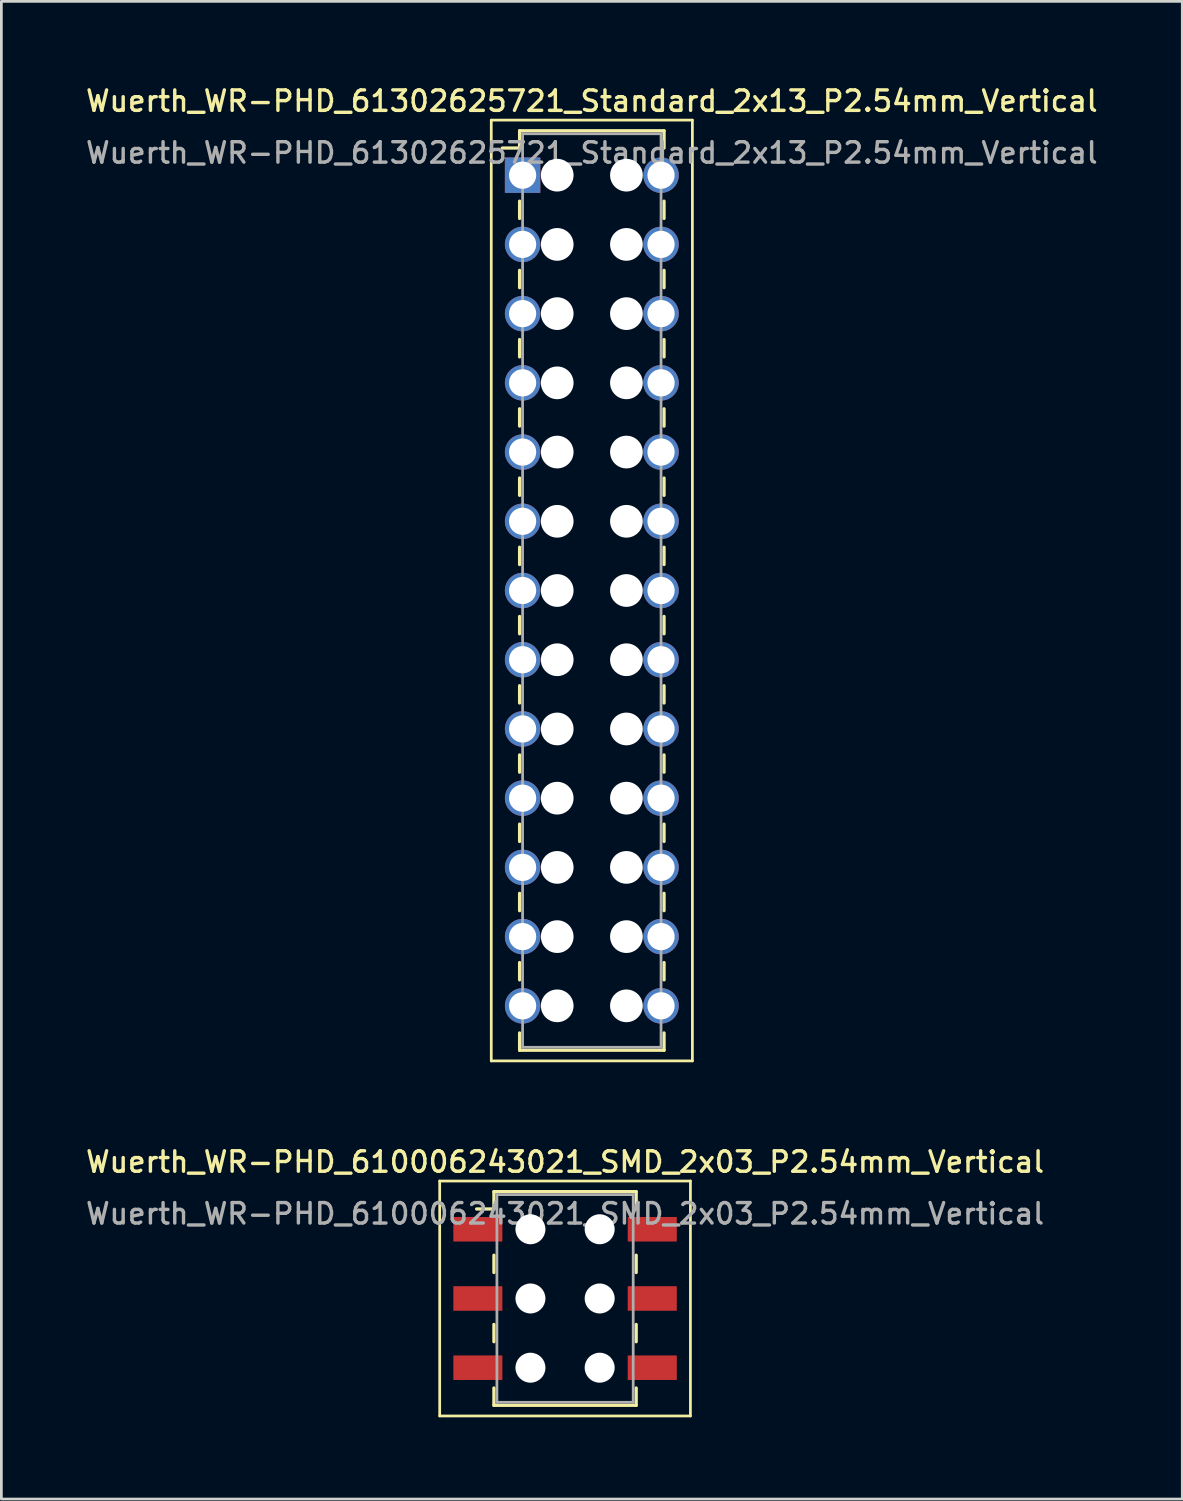
<source format=kicad_pcb>
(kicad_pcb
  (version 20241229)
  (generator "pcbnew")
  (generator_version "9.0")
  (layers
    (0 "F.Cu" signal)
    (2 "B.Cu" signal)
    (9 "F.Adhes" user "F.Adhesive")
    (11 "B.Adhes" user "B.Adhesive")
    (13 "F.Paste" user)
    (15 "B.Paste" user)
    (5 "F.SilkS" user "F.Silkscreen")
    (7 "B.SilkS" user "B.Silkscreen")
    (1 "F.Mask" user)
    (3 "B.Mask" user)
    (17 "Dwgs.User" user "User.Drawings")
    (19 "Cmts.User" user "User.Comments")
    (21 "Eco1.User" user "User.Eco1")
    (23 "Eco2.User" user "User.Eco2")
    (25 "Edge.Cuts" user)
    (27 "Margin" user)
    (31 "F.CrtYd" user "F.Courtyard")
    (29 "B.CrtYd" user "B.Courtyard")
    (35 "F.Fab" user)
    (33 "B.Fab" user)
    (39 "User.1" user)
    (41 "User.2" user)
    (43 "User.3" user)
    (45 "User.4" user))
  (footprint "Wuerth_WR-PHD_610006243021_SMD_2x03_P2.54mm_Vertical"
    (layer "F.Cu")
    (at 17.684 44.596)
    (property "Reference" "Wuerth_WR-PHD_610006243021_SMD_2x03_P2.54mm_Vertical" (at 0 -5.01 0) (layer "F.SilkS") (effects (font (size 0.75 0.75) (thickness 0.125))))
    (attr smd)
    (fp_line (start -4.6 -4.31) (end -4.6 4.31) (stroke (width 0.1) (type solid)) (layer "F.SilkS"))
    (fp_line (start -4.6 4.31) (end 4.6 4.31) (stroke (width 0.1) (type solid)) (layer "F.SilkS"))
    (fp_line (start -2.61 -3.92) (end -2.61 -3.285) (stroke (width 0.12) (type solid)) (layer "F.SilkS"))
    (fp_line (start -2.61 -3.92) (end 2.61 -3.92) (stroke (width 0.12) (type solid)) (layer "F.SilkS"))
    (fp_line (start -2.61 -3.285) (end -3.245 -3.285) (stroke (width 0.12) (type solid)) (layer "F.SilkS"))
    (fp_line (start -2.61 -1.587) (end -2.61 -0.953) (stroke (width 0.12) (type solid)) (layer "F.SilkS"))
    (fp_line (start -2.61 0.953) (end -2.61 1.587) (stroke (width 0.12) (type solid)) (layer "F.SilkS"))
    (fp_line (start -2.61 3.92) (end -2.61 3.285) (stroke (width 0.12) (type solid)) (layer "F.SilkS"))
    (fp_line (start -2.61 3.92) (end 2.61 3.92) (stroke (width 0.12) (type solid)) (layer "F.SilkS"))
    (fp_line (start 2.61 -3.92) (end 2.61 -3.285) (stroke (width 0.12) (type solid)) (layer "F.SilkS"))
    (fp_line (start 2.61 -1.587) (end 2.61 -0.953) (stroke (width 0.12) (type solid)) (layer "F.SilkS"))
    (fp_line (start 2.61 0.953) (end 2.61 1.587) (stroke (width 0.12) (type solid)) (layer "F.SilkS"))
    (fp_line (start 2.61 3.92) (end 2.61 3.285) (stroke (width 0.12) (type solid)) (layer "F.SilkS"))
    (fp_line (start 4.6 -4.31) (end -4.6 -4.31) (stroke (width 0.1) (type solid)) (layer "F.SilkS"))
    (fp_line (start 4.6 4.31) (end 4.6 -4.31) (stroke (width 0.1) (type solid)) (layer "F.SilkS"))
    (fp_line (start -2.5 -3.81) (end -2.5 3.81) (stroke (width 0.1) (type solid)) (layer "F.Fab"))
    (fp_line (start -2.5 3.81) (end 2.5 3.81) (stroke (width 0.1) (type solid)) (layer "F.Fab"))
    (fp_line (start 2.5 -3.81) (end -2.5 -3.81) (stroke (width 0.1) (type solid)) (layer "F.Fab"))
    (fp_line (start 2.5 3.81) (end 2.5 -3.81) (stroke (width 0.1) (type solid)) (layer "F.Fab"))
    (fp_text user "${REFERENCE}" (at 0 -3.11 0) (layer "F.Fab") (effects (font (size 0.75 0.75) (thickness 0.125))))
    (pad "" np_thru_hole circle (at -1.27 -2.54) (size 1.1 1.1) (drill 1.1) (layers "*.Cu" "*.Mask"))
    (pad "" np_thru_hole circle (at -1.27 0) (size 1.1 1.1) (drill 1.1) (layers "*.Cu" "*.Mask"))
    (pad "" np_thru_hole circle (at -1.27 2.54) (size 1.1 1.1) (drill 1.1) (layers "*.Cu" "*.Mask"))
    (pad "" np_thru_hole circle (at 1.27 -2.54) (size 1.1 1.1) (drill 1.1) (layers "*.Cu" "*.Mask"))
    (pad "" np_thru_hole circle (at 1.27 0) (size 1.1 1.1) (drill 1.1) (layers "*.Cu" "*.Mask"))
    (pad "" np_thru_hole circle (at 1.27 2.54) (size 1.1 1.1) (drill 1.1) (layers "*.Cu" "*.Mask"))
    (pad "1" smd rect (at -3.2 -2.54) (size 1.8 0.9) (layers "F.Cu" "F.Mask" "F.Paste"))
    (pad "2" smd rect (at 3.2 -2.54) (size 1.8 0.9) (layers "F.Cu" "F.Mask" "F.Paste"))
    (pad "3" smd rect (at -3.2 0) (size 1.8 0.9) (layers "F.Cu" "F.Mask" "F.Paste"))
    (pad "4" smd rect (at 3.2 0) (size 1.8 0.9) (layers "F.Cu" "F.Mask" "F.Paste"))
    (pad "5" smd rect (at -3.2 2.54) (size 1.8 0.9) (layers "F.Cu" "F.Mask" "F.Paste"))
    (pad "6" smd rect (at 3.2 2.54) (size 1.8 0.9) (layers "F.Cu" "F.Mask" "F.Paste")))
  (footprint "Wuerth_WR-PHD_61302625721_Standard_2x13_P2.54mm_Vertical"
    (layer "F.Cu")
    (at 16.126 3.378)
    (property "Reference" "Wuerth_WR-PHD_61302625721_Standard_2x13_P2.54mm_Vertical" (at 2.54 -2.72 0) (layer "F.SilkS") (effects (font (size 0.75 0.75) (thickness 0.125))))
    (attr through_hole)
    (fp_line (start -1.15 -2.02) (end -1.15 32.5) (stroke (width 0.1) (type solid)) (layer "F.SilkS"))
    (fp_line (start -1.15 32.5) (end 6.23 32.5) (stroke (width 0.1) (type solid)) (layer "F.SilkS"))
    (fp_line (start -0.11 -1.63) (end -0.11 -0.995) (stroke (width 0.12) (type solid)) (layer "F.SilkS"))
    (fp_line (start -0.11 -1.63) (end 5.19 -1.63) (stroke (width 0.12) (type solid)) (layer "F.SilkS"))
    (fp_line (start -0.11 -0.995) (end -0.745 -0.995) (stroke (width 0.12) (type solid)) (layer "F.SilkS"))
    (fp_line (start -0.11 0.953) (end -0.11 1.587) (stroke (width 0.12) (type solid)) (layer "F.SilkS"))
    (fp_line (start -0.11 3.493) (end -0.11 4.128) (stroke (width 0.12) (type solid)) (layer "F.SilkS"))
    (fp_line (start -0.11 6.032) (end -0.11 6.668) (stroke (width 0.12) (type solid)) (layer "F.SilkS"))
    (fp_line (start -0.11 8.572) (end -0.11 9.207) (stroke (width 0.12) (type solid)) (layer "F.SilkS"))
    (fp_line (start -0.11 11.113) (end -0.11 11.748) (stroke (width 0.12) (type solid)) (layer "F.SilkS"))
    (fp_line (start -0.11 13.652) (end -0.11 14.287) (stroke (width 0.12) (type solid)) (layer "F.SilkS"))
    (fp_line (start -0.11 16.192) (end -0.11 16.828) (stroke (width 0.12) (type solid)) (layer "F.SilkS"))
    (fp_line (start -0.11 18.733) (end -0.11 19.367) (stroke (width 0.12) (type solid)) (layer "F.SilkS"))
    (fp_line (start -0.11 21.273) (end -0.11 21.907) (stroke (width 0.12) (type solid)) (layer "F.SilkS"))
    (fp_line (start -0.11 23.812) (end -0.11 24.448) (stroke (width 0.12) (type solid)) (layer "F.SilkS"))
    (fp_line (start -0.11 26.352) (end -0.11 26.988) (stroke (width 0.12) (type solid)) (layer "F.SilkS"))
    (fp_line (start -0.11 28.892) (end -0.11 29.527) (stroke (width 0.12) (type solid)) (layer "F.SilkS"))
    (fp_line (start -0.11 32.11) (end -0.11 31.475) (stroke (width 0.12) (type solid)) (layer "F.SilkS"))
    (fp_line (start -0.11 32.11) (end 5.19 32.11) (stroke (width 0.12) (type solid)) (layer "F.SilkS"))
    (fp_line (start 5.19 -1.63) (end 5.19 -0.995) (stroke (width 0.12) (type solid)) (layer "F.SilkS"))
    (fp_line (start 5.19 0.953) (end 5.19 1.587) (stroke (width 0.12) (type solid)) (layer "F.SilkS"))
    (fp_line (start 5.19 3.493) (end 5.19 4.128) (stroke (width 0.12) (type solid)) (layer "F.SilkS"))
    (fp_line (start 5.19 6.032) (end 5.19 6.668) (stroke (width 0.12) (type solid)) (layer "F.SilkS"))
    (fp_line (start 5.19 8.572) (end 5.19 9.207) (stroke (width 0.12) (type solid)) (layer "F.SilkS"))
    (fp_line (start 5.19 11.113) (end 5.19 11.748) (stroke (width 0.12) (type solid)) (layer "F.SilkS"))
    (fp_line (start 5.19 13.652) (end 5.19 14.287) (stroke (width 0.12) (type solid)) (layer "F.SilkS"))
    (fp_line (start 5.19 16.192) (end 5.19 16.828) (stroke (width 0.12) (type solid)) (layer "F.SilkS"))
    (fp_line (start 5.19 18.733) (end 5.19 19.367) (stroke (width 0.12) (type solid)) (layer "F.SilkS"))
    (fp_line (start 5.19 21.273) (end 5.19 21.907) (stroke (width 0.12) (type solid)) (layer "F.SilkS"))
    (fp_line (start 5.19 23.812) (end 5.19 24.448) (stroke (width 0.12) (type solid)) (layer "F.SilkS"))
    (fp_line (start 5.19 26.352) (end 5.19 26.988) (stroke (width 0.12) (type solid)) (layer "F.SilkS"))
    (fp_line (start 5.19 28.892) (end 5.19 29.527) (stroke (width 0.12) (type solid)) (layer "F.SilkS"))
    (fp_line (start 5.19 32.11) (end 5.19 31.475) (stroke (width 0.12) (type solid)) (layer "F.SilkS"))
    (fp_line (start 6.23 -2.02) (end -1.15 -2.02) (stroke (width 0.1) (type solid)) (layer "F.SilkS"))
    (fp_line (start 6.23 32.5) (end 6.23 -2.02) (stroke (width 0.1) (type solid)) (layer "F.SilkS"))
    (fp_line (start 0 -1.52) (end 0 32) (stroke (width 0.1) (type solid)) (layer "F.Fab"))
    (fp_line (start 0 32) (end 5.08 32) (stroke (width 0.1) (type solid)) (layer "F.Fab"))
    (fp_line (start 5.08 -1.52) (end 0 -1.52) (stroke (width 0.1) (type solid)) (layer "F.Fab"))
    (fp_line (start 5.08 32) (end 5.08 -1.52) (stroke (width 0.1) (type solid)) (layer "F.Fab"))
    (fp_text user "${REFERENCE}" (at 2.54 -0.82 0) (layer "F.Fab") (effects (font (size 0.75 0.75) (thickness 0.125))))
    (pad "" np_thru_hole circle (at 1.27 0) (size 1.2 1.2) (drill 1.2) (layers "*.Cu" "*.Mask"))
    (pad "" np_thru_hole circle (at 1.27 2.54) (size 1.2 1.2) (drill 1.2) (layers "*.Cu" "*.Mask"))
    (pad "" np_thru_hole circle (at 1.27 5.08) (size 1.2 1.2) (drill 1.2) (layers "*.Cu" "*.Mask"))
    (pad "" np_thru_hole circle (at 1.27 7.62) (size 1.2 1.2) (drill 1.2) (layers "*.Cu" "*.Mask"))
    (pad "" np_thru_hole circle (at 1.27 10.16) (size 1.2 1.2) (drill 1.2) (layers "*.Cu" "*.Mask"))
    (pad "" np_thru_hole circle (at 1.27 12.7) (size 1.2 1.2) (drill 1.2) (layers "*.Cu" "*.Mask"))
    (pad "" np_thru_hole circle (at 1.27 15.24) (size 1.2 1.2) (drill 1.2) (layers "*.Cu" "*.Mask"))
    (pad "" np_thru_hole circle (at 1.27 17.78) (size 1.2 1.2) (drill 1.2) (layers "*.Cu" "*.Mask"))
    (pad "" np_thru_hole circle (at 1.27 20.32) (size 1.2 1.2) (drill 1.2) (layers "*.Cu" "*.Mask"))
    (pad "" np_thru_hole circle (at 1.27 22.86) (size 1.2 1.2) (drill 1.2) (layers "*.Cu" "*.Mask"))
    (pad "" np_thru_hole circle (at 1.27 25.4) (size 1.2 1.2) (drill 1.2) (layers "*.Cu" "*.Mask"))
    (pad "" np_thru_hole circle (at 1.27 27.94) (size 1.2 1.2) (drill 1.2) (layers "*.Cu" "*.Mask"))
    (pad "" np_thru_hole circle (at 1.27 30.48) (size 1.2 1.2) (drill 1.2) (layers "*.Cu" "*.Mask"))
    (pad "" np_thru_hole circle (at 3.81 0) (size 1.2 1.2) (drill 1.2) (layers "*.Cu" "*.Mask"))
    (pad "" np_thru_hole circle (at 3.81 2.54) (size 1.2 1.2) (drill 1.2) (layers "*.Cu" "*.Mask"))
    (pad "" np_thru_hole circle (at 3.81 5.08) (size 1.2 1.2) (drill 1.2) (layers "*.Cu" "*.Mask"))
    (pad "" np_thru_hole circle (at 3.81 7.62) (size 1.2 1.2) (drill 1.2) (layers "*.Cu" "*.Mask"))
    (pad "" np_thru_hole circle (at 3.81 10.16) (size 1.2 1.2) (drill 1.2) (layers "*.Cu" "*.Mask"))
    (pad "" np_thru_hole circle (at 3.81 12.7) (size 1.2 1.2) (drill 1.2) (layers "*.Cu" "*.Mask"))
    (pad "" np_thru_hole circle (at 3.81 15.24) (size 1.2 1.2) (drill 1.2) (layers "*.Cu" "*.Mask"))
    (pad "" np_thru_hole circle (at 3.81 17.78) (size 1.2 1.2) (drill 1.2) (layers "*.Cu" "*.Mask"))
    (pad "" np_thru_hole circle (at 3.81 20.32) (size 1.2 1.2) (drill 1.2) (layers "*.Cu" "*.Mask"))
    (pad "" np_thru_hole circle (at 3.81 22.86) (size 1.2 1.2) (drill 1.2) (layers "*.Cu" "*.Mask"))
    (pad "" np_thru_hole circle (at 3.81 25.4) (size 1.2 1.2) (drill 1.2) (layers "*.Cu" "*.Mask"))
    (pad "" np_thru_hole circle (at 3.81 27.94) (size 1.2 1.2) (drill 1.2) (layers "*.Cu" "*.Mask"))
    (pad "" np_thru_hole circle (at 3.81 30.48) (size 1.2 1.2) (drill 1.2) (layers "*.Cu" "*.Mask"))
    (pad "1" thru_hole rect (at 0 0) (size 1.3 1.3) (drill 1) (layers "*.Cu" "*.Mask"))
    (pad "2" thru_hole circle (at 5.08 0) (size 1.3 1.3) (drill 1) (layers "*.Cu" "*.Mask"))
    (pad "3" thru_hole circle (at 0 2.54) (size 1.3 1.3) (drill 1) (layers "*.Cu" "*.Mask"))
    (pad "4" thru_hole circle (at 5.08 2.54) (size 1.3 1.3) (drill 1) (layers "*.Cu" "*.Mask"))
    (pad "5" thru_hole circle (at 0 5.08) (size 1.3 1.3) (drill 1) (layers "*.Cu" "*.Mask"))
    (pad "6" thru_hole circle (at 5.08 5.08) (size 1.3 1.3) (drill 1) (layers "*.Cu" "*.Mask"))
    (pad "7" thru_hole circle (at 0 7.62) (size 1.3 1.3) (drill 1) (layers "*.Cu" "*.Mask"))
    (pad "8" thru_hole circle (at 5.08 7.62) (size 1.3 1.3) (drill 1) (layers "*.Cu" "*.Mask"))
    (pad "9" thru_hole circle (at 0 10.16) (size 1.3 1.3) (drill 1) (layers "*.Cu" "*.Mask"))
    (pad "10" thru_hole circle (at 5.08 10.16) (size 1.3 1.3) (drill 1) (layers "*.Cu" "*.Mask"))
    (pad "11" thru_hole circle (at 0 12.7) (size 1.3 1.3) (drill 1) (layers "*.Cu" "*.Mask"))
    (pad "12" thru_hole circle (at 5.08 12.7) (size 1.3 1.3) (drill 1) (layers "*.Cu" "*.Mask"))
    (pad "13" thru_hole circle (at 0 15.24) (size 1.3 1.3) (drill 1) (layers "*.Cu" "*.Mask"))
    (pad "14" thru_hole circle (at 5.08 15.24) (size 1.3 1.3) (drill 1) (layers "*.Cu" "*.Mask"))
    (pad "15" thru_hole circle (at 0 17.78) (size 1.3 1.3) (drill 1) (layers "*.Cu" "*.Mask"))
    (pad "16" thru_hole circle (at 5.08 17.78) (size 1.3 1.3) (drill 1) (layers "*.Cu" "*.Mask"))
    (pad "17" thru_hole circle (at 0 20.32) (size 1.3 1.3) (drill 1) (layers "*.Cu" "*.Mask"))
    (pad "18" thru_hole circle (at 5.08 20.32) (size 1.3 1.3) (drill 1) (layers "*.Cu" "*.Mask"))
    (pad "19" thru_hole circle (at 0 22.86) (size 1.3 1.3) (drill 1) (layers "*.Cu" "*.Mask"))
    (pad "20" thru_hole circle (at 5.08 22.86) (size 1.3 1.3) (drill 1) (layers "*.Cu" "*.Mask"))
    (pad "21" thru_hole circle (at 0 25.4) (size 1.3 1.3) (drill 1) (layers "*.Cu" "*.Mask"))
    (pad "22" thru_hole circle (at 5.08 25.4) (size 1.3 1.3) (drill 1) (layers "*.Cu" "*.Mask"))
    (pad "23" thru_hole circle (at 0 27.94) (size 1.3 1.3) (drill 1) (layers "*.Cu" "*.Mask"))
    (pad "24" thru_hole circle (at 5.08 27.94) (size 1.3 1.3) (drill 1) (layers "*.Cu" "*.Mask"))
    (pad "25" thru_hole circle (at 0 30.48) (size 1.3 1.3) (drill 1) (layers "*.Cu" "*.Mask"))
    (pad "26" thru_hole circle (at 5.08 30.48) (size 1.3 1.3) (drill 1) (layers "*.Cu" "*.Mask")))
  (gr_rect
    (start -3 -3)
    (end 40.332 51.956)
    (stroke (width 0.1) (type default))
    (fill no)
    (layer "Edge.Cuts")))
</source>
